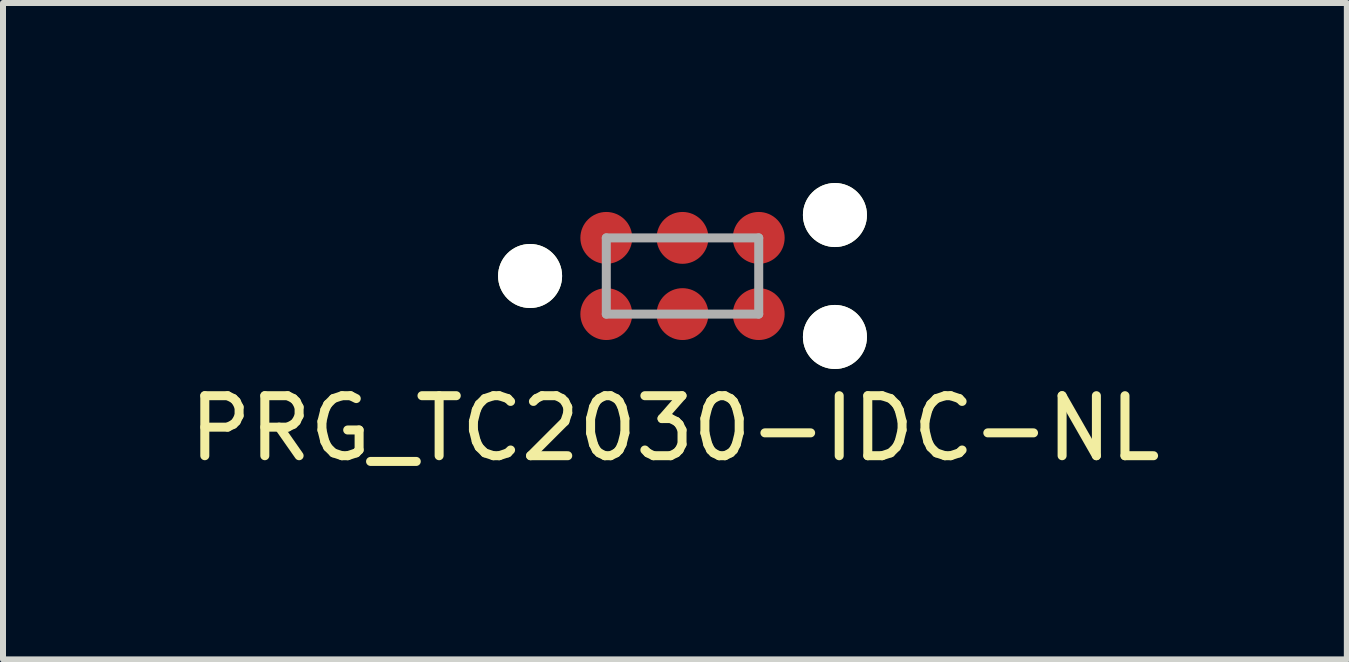
<source format=kicad_pcb>
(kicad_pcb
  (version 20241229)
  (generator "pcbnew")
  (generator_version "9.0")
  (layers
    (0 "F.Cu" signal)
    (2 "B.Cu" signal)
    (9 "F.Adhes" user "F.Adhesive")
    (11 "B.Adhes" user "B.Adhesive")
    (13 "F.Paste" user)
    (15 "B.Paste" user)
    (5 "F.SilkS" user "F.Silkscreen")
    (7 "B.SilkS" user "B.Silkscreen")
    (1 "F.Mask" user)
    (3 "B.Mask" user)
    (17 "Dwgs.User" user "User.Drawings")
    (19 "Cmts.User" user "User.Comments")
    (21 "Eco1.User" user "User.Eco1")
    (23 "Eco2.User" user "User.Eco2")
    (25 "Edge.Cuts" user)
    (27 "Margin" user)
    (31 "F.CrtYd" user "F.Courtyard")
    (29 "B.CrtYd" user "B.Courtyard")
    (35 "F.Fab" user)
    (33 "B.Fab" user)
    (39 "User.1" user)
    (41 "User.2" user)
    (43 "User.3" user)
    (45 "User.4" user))
  (footprint "PRG_TC2030-IDC-NL"
    (layer "F.Cu")
    (at 7.053 2.184)
    (property "Reference" "PRG_TC2030-IDC-NL" (at 1.143 1.905 0) (layer "F.SilkS") (effects (font (size 1 1) (thickness 0.15))))
    (attr through_hole)
    (fp_line (start 0 -1.27) (end 2.54 -1.27) (stroke (width 0.15) (type solid)) (layer "F.Fab"))
    (fp_line (start 0 0) (end 0 -1.27) (stroke (width 0.15) (type solid)) (layer "F.Fab"))
    (fp_line (start 2.54 -1.27) (end 2.54 0) (stroke (width 0.15) (type solid)) (layer "F.Fab"))
    (fp_line (start 2.54 0) (end 0 0) (stroke (width 0.15) (type solid)) (layer "F.Fab"))
    (pad "" np_thru_hole circle (at -1.27 -0.635) (size 1.067 1.067) (drill 1.067) (layers "*.Cu" "F.Mask" "F.SilkS"))
    (pad "" np_thru_hole circle (at 3.81 -1.651) (size 1.067 1.067) (drill 1.067) (layers "*.Cu" "F.Mask" "F.SilkS"))
    (pad "" np_thru_hole circle (at 3.81 0.381) (size 1.067 1.067) (drill 1.067) (layers "*.Cu" "F.Mask" "F.SilkS"))
    (pad "1" smd circle (at 0 0) (size 0.864 0.864) (layers "F.Cu" "F.Mask" "F.Paste"))
    (pad "2" smd circle (at 0 -1.27) (size 0.864 0.864) (layers "F.Cu" "F.Mask" "F.Paste"))
    (pad "3" smd circle (at 1.27 0) (size 0.864 0.864) (layers "F.Cu" "F.Mask" "F.Paste"))
    (pad "4" smd circle (at 1.27 -1.27) (size 0.864 0.864) (layers "F.Cu" "F.Mask" "F.Paste"))
    (pad "5" smd circle (at 2.54 0) (size 0.864 0.864) (layers "F.Cu" "F.Mask" "F.Paste"))
    (pad "6" smd circle (at 2.54 -1.27) (size 0.864 0.864) (layers "F.Cu" "F.Mask" "F.Paste")))
  (gr_rect
    (start -3 -3)
    (end 19.393 7.938)
    (stroke (width 0.1) (type default))
    (fill no)
    (layer "Edge.Cuts")))
</source>
